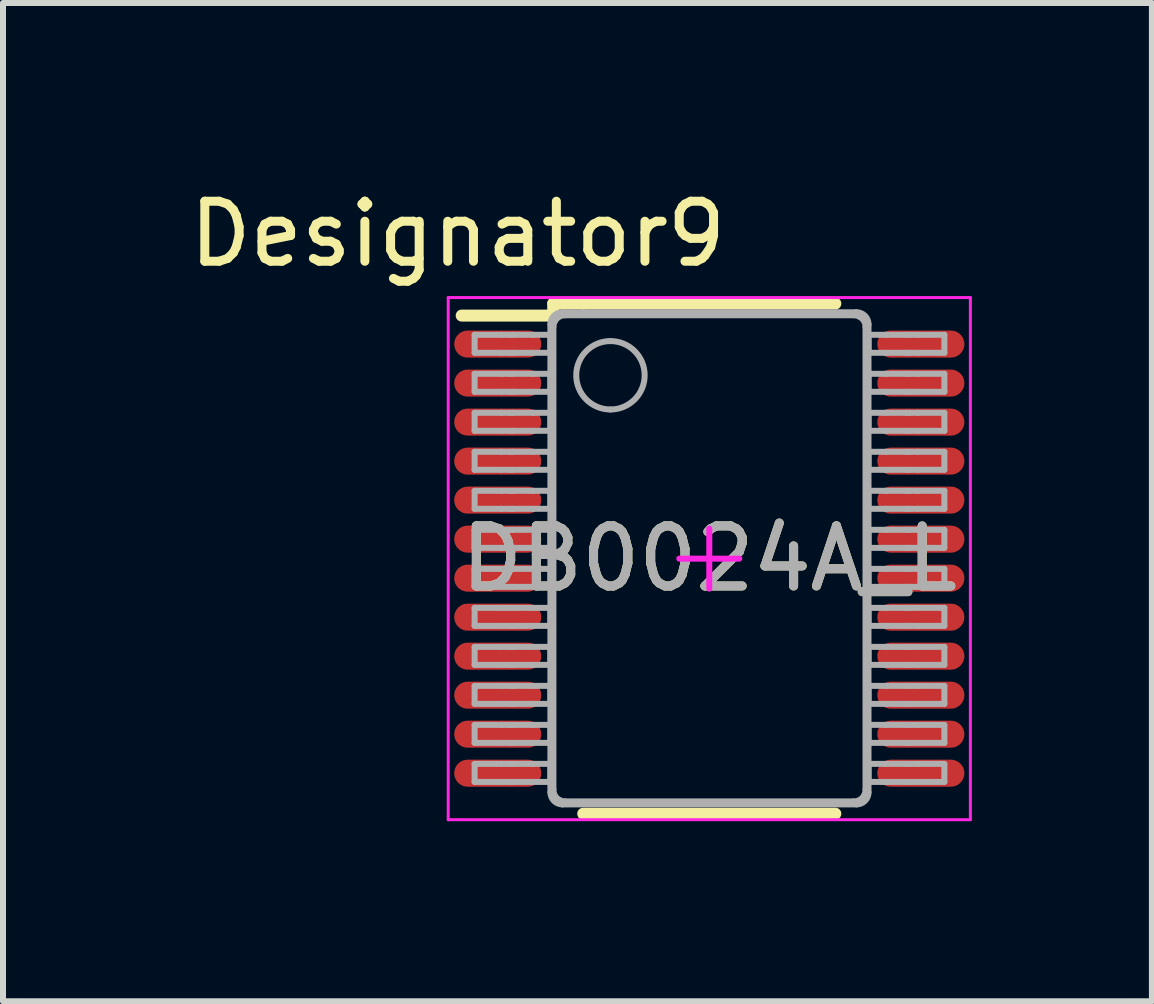
<source format=kicad_pcb>
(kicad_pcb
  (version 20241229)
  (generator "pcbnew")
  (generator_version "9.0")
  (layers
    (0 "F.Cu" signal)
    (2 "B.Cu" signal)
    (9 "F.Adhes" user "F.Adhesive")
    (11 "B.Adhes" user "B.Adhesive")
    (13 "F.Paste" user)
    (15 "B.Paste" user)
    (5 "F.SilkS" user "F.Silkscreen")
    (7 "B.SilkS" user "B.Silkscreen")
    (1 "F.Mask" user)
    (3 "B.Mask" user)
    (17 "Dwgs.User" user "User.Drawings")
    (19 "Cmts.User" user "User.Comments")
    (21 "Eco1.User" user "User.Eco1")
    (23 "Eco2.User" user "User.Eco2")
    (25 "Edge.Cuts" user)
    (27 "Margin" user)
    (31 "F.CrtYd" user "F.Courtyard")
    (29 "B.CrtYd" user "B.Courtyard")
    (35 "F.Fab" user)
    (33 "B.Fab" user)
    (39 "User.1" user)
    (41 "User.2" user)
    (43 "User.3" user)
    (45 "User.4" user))
  (footprint "DB0024A_L"
    (layer "F.Cu")
    (at 8.768 6.258)
    (property "Reference" "DB0024A_L" (at 0 0 0) (unlocked yes) (layer "F.SilkS") (effects (font (size 1 1) (thickness 0.15))))
    (attr smd)
    (fp_line (start -4.125 -4.05) (end -2.6 -4.05) (stroke (width 0.2) (type solid)) (layer "F.SilkS"))
    (fp_line (start -2.6 -4.25) (end -2.1 -4.25) (stroke (width 0.2) (type solid)) (layer "F.SilkS"))
    (fp_line (start -2.6 -4.05) (end -2.6 -4.25) (stroke (width 0.2) (type solid)) (layer "F.SilkS"))
    (fp_line (start -2.1 -4.25) (end 2.1 -4.25) (stroke (width 0.2) (type solid)) (layer "F.SilkS"))
    (fp_line (start -2.1 4.25) (end 2.1 4.25) (stroke (width 0.2) (type solid)) (layer "F.SilkS"))
    (fp_line (start -4.35 -4.35) (end 4.35 -4.35) (stroke (width 0.05) (type solid)) (layer "F.CrtYd"))
    (fp_line (start -4.35 4.35) (end -4.35 -4.35) (stroke (width 0.05) (type solid)) (layer "F.CrtYd"))
    (fp_line (start -4.35 4.35) (end 4.35 4.35) (stroke (width 0.05) (type solid)) (layer "F.CrtYd"))
    (fp_line (start -0.5 0) (end 0.5 0) (stroke (width 0.1) (type solid)) (layer "F.CrtYd"))
    (fp_line (start 0 0.5) (end 0 -0.5) (stroke (width 0.1) (type solid)) (layer "F.CrtYd"))
    (fp_line (start 4.35 4.35) (end 4.35 -4.35) (stroke (width 0.05) (type solid)) (layer "F.CrtYd"))
    (fp_line (start -3.91 -3.73) (end -3.464 -3.73) (stroke (width 0.1) (type solid)) (layer "F.Fab"))
    (fp_line (start -3.91 -3.43) (end -3.91 -3.73) (stroke (width 0.1) (type solid)) (layer "F.Fab"))
    (fp_line (start -3.91 -3.43) (end -3.464 -3.43) (stroke (width 0.1) (type solid)) (layer "F.Fab"))
    (fp_line (start -3.91 -3.08) (end -3.464 -3.08) (stroke (width 0.1) (type solid)) (layer "F.Fab"))
    (fp_line (start -3.91 -2.78) (end -3.91 -3.08) (stroke (width 0.1) (type solid)) (layer "F.Fab"))
    (fp_line (start -3.91 -2.78) (end -3.464 -2.78) (stroke (width 0.1) (type solid)) (layer "F.Fab"))
    (fp_line (start -3.91 -2.43) (end -3.464 -2.43) (stroke (width 0.1) (type solid)) (layer "F.Fab"))
    (fp_line (start -3.91 -2.13) (end -3.91 -2.43) (stroke (width 0.1) (type solid)) (layer "F.Fab"))
    (fp_line (start -3.91 -2.13) (end -3.464 -2.13) (stroke (width 0.1) (type solid)) (layer "F.Fab"))
    (fp_line (start -3.91 -1.78) (end -3.464 -1.78) (stroke (width 0.1) (type solid)) (layer "F.Fab"))
    (fp_line (start -3.91 -1.48) (end -3.91 -1.78) (stroke (width 0.1) (type solid)) (layer "F.Fab"))
    (fp_line (start -3.91 -1.48) (end -3.464 -1.48) (stroke (width 0.1) (type solid)) (layer "F.Fab"))
    (fp_line (start -3.91 -1.13) (end -3.464 -1.13) (stroke (width 0.1) (type solid)) (layer "F.Fab"))
    (fp_line (start -3.91 -0.83) (end -3.91 -1.13) (stroke (width 0.1) (type solid)) (layer "F.Fab"))
    (fp_line (start -3.91 -0.83) (end -3.464 -0.83) (stroke (width 0.1) (type solid)) (layer "F.Fab"))
    (fp_line (start -3.91 -0.48) (end -3.464 -0.48) (stroke (width 0.1) (type solid)) (layer "F.Fab"))
    (fp_line (start -3.91 -0.18) (end -3.91 -0.48) (stroke (width 0.1) (type solid)) (layer "F.Fab"))
    (fp_line (start -3.91 -0.18) (end -3.464 -0.18) (stroke (width 0.1) (type solid)) (layer "F.Fab"))
    (fp_line (start -3.91 0.17) (end -3.464 0.17) (stroke (width 0.1) (type solid)) (layer "F.Fab"))
    (fp_line (start -3.91 0.47) (end -3.91 0.17) (stroke (width 0.1) (type solid)) (layer "F.Fab"))
    (fp_line (start -3.91 0.47) (end -3.464 0.47) (stroke (width 0.1) (type solid)) (layer "F.Fab"))
    (fp_line (start -3.91 0.82) (end -3.464 0.82) (stroke (width 0.1) (type solid)) (layer "F.Fab"))
    (fp_line (start -3.91 1.12) (end -3.91 0.82) (stroke (width 0.1) (type solid)) (layer "F.Fab"))
    (fp_line (start -3.91 1.12) (end -3.464 1.12) (stroke (width 0.1) (type solid)) (layer "F.Fab"))
    (fp_line (start -3.91 1.47) (end -3.464 1.47) (stroke (width 0.1) (type solid)) (layer "F.Fab"))
    (fp_line (start -3.91 1.77) (end -3.91 1.47) (stroke (width 0.1) (type solid)) (layer "F.Fab"))
    (fp_line (start -3.91 1.77) (end -3.464 1.77) (stroke (width 0.1) (type solid)) (layer "F.Fab"))
    (fp_line (start -3.91 2.12) (end -3.464 2.12) (stroke (width 0.1) (type solid)) (layer "F.Fab"))
    (fp_line (start -3.91 2.42) (end -3.91 2.12) (stroke (width 0.1) (type solid)) (layer "F.Fab"))
    (fp_line (start -3.91 2.42) (end -3.464 2.42) (stroke (width 0.1) (type solid)) (layer "F.Fab"))
    (fp_line (start -3.91 2.77) (end -3.464 2.77) (stroke (width 0.1) (type solid)) (layer "F.Fab"))
    (fp_line (start -3.91 3.07) (end -3.91 2.77) (stroke (width 0.1) (type solid)) (layer "F.Fab"))
    (fp_line (start -3.91 3.07) (end -3.464 3.07) (stroke (width 0.1) (type solid)) (layer "F.Fab"))
    (fp_line (start -3.91 3.42) (end -3.464 3.42) (stroke (width 0.1) (type solid)) (layer "F.Fab"))
    (fp_line (start -3.91 3.72) (end -3.91 3.42) (stroke (width 0.1) (type solid)) (layer "F.Fab"))
    (fp_line (start -3.91 3.72) (end -3.464 3.72) (stroke (width 0.1) (type solid)) (layer "F.Fab"))
    (fp_line (start -3.464 -3.73) (end -3.326 -3.73) (stroke (width 0.1) (type solid)) (layer "F.Fab"))
    (fp_line (start -3.464 -3.43) (end -3.326 -3.43) (stroke (width 0.1) (type solid)) (layer "F.Fab"))
    (fp_line (start -3.464 -3.08) (end -3.326 -3.08) (stroke (width 0.1) (type solid)) (layer "F.Fab"))
    (fp_line (start -3.464 -2.78) (end -3.326 -2.78) (stroke (width 0.1) (type solid)) (layer "F.Fab"))
    (fp_line (start -3.464 -2.43) (end -3.326 -2.43) (stroke (width 0.1) (type solid)) (layer "F.Fab"))
    (fp_line (start -3.464 -2.13) (end -3.326 -2.13) (stroke (width 0.1) (type solid)) (layer "F.Fab"))
    (fp_line (start -3.464 -1.78) (end -3.326 -1.78) (stroke (width 0.1) (type solid)) (layer "F.Fab"))
    (fp_line (start -3.464 -1.48) (end -3.326 -1.48) (stroke (width 0.1) (type solid)) (layer "F.Fab"))
    (fp_line (start -3.464 -1.13) (end -3.326 -1.13) (stroke (width 0.1) (type solid)) (layer "F.Fab"))
    (fp_line (start -3.464 -0.83) (end -3.326 -0.83) (stroke (width 0.1) (type solid)) (layer "F.Fab"))
    (fp_line (start -3.464 -0.48) (end -3.326 -0.48) (stroke (width 0.1) (type solid)) (layer "F.Fab"))
    (fp_line (start -3.464 -0.18) (end -3.326 -0.18) (stroke (width 0.1) (type solid)) (layer "F.Fab"))
    (fp_line (start -3.464 0.17) (end -3.326 0.17) (stroke (width 0.1) (type solid)) (layer "F.Fab"))
    (fp_line (start -3.464 0.47) (end -3.326 0.47) (stroke (width 0.1) (type solid)) (layer "F.Fab"))
    (fp_line (start -3.464 0.82) (end -3.326 0.82) (stroke (width 0.1) (type solid)) (layer "F.Fab"))
    (fp_line (start -3.464 1.12) (end -3.326 1.12) (stroke (width 0.1) (type solid)) (layer "F.Fab"))
    (fp_line (start -3.464 1.47) (end -3.326 1.47) (stroke (width 0.1) (type solid)) (layer "F.Fab"))
    (fp_line (start -3.464 1.77) (end -3.326 1.77) (stroke (width 0.1) (type solid)) (layer "F.Fab"))
    (fp_line (start -3.464 2.12) (end -3.326 2.12) (stroke (width 0.1) (type solid)) (layer "F.Fab"))
    (fp_line (start -3.464 2.42) (end -3.326 2.42) (stroke (width 0.1) (type solid)) (layer "F.Fab"))
    (fp_line (start -3.464 2.77) (end -3.326 2.77) (stroke (width 0.1) (type solid)) (layer "F.Fab"))
    (fp_line (start -3.464 3.07) (end -3.326 3.07) (stroke (width 0.1) (type solid)) (layer "F.Fab"))
    (fp_line (start -3.464 3.42) (end -3.326 3.42) (stroke (width 0.1) (type solid)) (layer "F.Fab"))
    (fp_line (start -3.464 3.72) (end -3.326 3.72) (stroke (width 0.1) (type solid)) (layer "F.Fab"))
    (fp_line (start -3.326 -3.73) (end -3.272 -3.73) (stroke (width 0.1) (type solid)) (layer "F.Fab"))
    (fp_line (start -3.326 -3.43) (end -3.272 -3.43) (stroke (width 0.1) (type solid)) (layer "F.Fab"))
    (fp_line (start -3.326 -3.08) (end -3.272 -3.08) (stroke (width 0.1) (type solid)) (layer "F.Fab"))
    (fp_line (start -3.326 -2.78) (end -3.272 -2.78) (stroke (width 0.1) (type solid)) (layer "F.Fab"))
    (fp_line (start -3.326 -2.43) (end -3.272 -2.43) (stroke (width 0.1) (type solid)) (layer "F.Fab"))
    (fp_line (start -3.326 -2.13) (end -3.272 -2.13) (stroke (width 0.1) (type solid)) (layer "F.Fab"))
    (fp_line (start -3.326 -1.78) (end -3.272 -1.78) (stroke (width 0.1) (type solid)) (layer "F.Fab"))
    (fp_line (start -3.326 -1.48) (end -3.272 -1.48) (stroke (width 0.1) (type solid)) (layer "F.Fab"))
    (fp_line (start -3.326 -1.13) (end -3.272 -1.13) (stroke (width 0.1) (type solid)) (layer "F.Fab"))
    (fp_line (start -3.326 -0.83) (end -3.272 -0.83) (stroke (width 0.1) (type solid)) (layer "F.Fab"))
    (fp_line (start -3.326 -0.48) (end -3.272 -0.48) (stroke (width 0.1) (type solid)) (layer "F.Fab"))
    (fp_line (start -3.326 -0.18) (end -3.272 -0.18) (stroke (width 0.1) (type solid)) (layer "F.Fab"))
    (fp_line (start -3.326 0.17) (end -3.272 0.17) (stroke (width 0.1) (type solid)) (layer "F.Fab"))
    (fp_line (start -3.326 0.47) (end -3.272 0.47) (stroke (width 0.1) (type solid)) (layer "F.Fab"))
    (fp_line (start -3.326 0.82) (end -3.272 0.82) (stroke (width 0.1) (type solid)) (layer "F.Fab"))
    (fp_line (start -3.326 1.12) (end -3.272 1.12) (stroke (width 0.1) (type solid)) (layer "F.Fab"))
    (fp_line (start -3.326 1.47) (end -3.272 1.47) (stroke (width 0.1) (type solid)) (layer "F.Fab"))
    (fp_line (start -3.326 1.77) (end -3.272 1.77) (stroke (width 0.1) (type solid)) (layer "F.Fab"))
    (fp_line (start -3.326 2.12) (end -3.272 2.12) (stroke (width 0.1) (type solid)) (layer "F.Fab"))
    (fp_line (start -3.326 2.42) (end -3.272 2.42) (stroke (width 0.1) (type solid)) (layer "F.Fab"))
    (fp_line (start -3.326 2.77) (end -3.272 2.77) (stroke (width 0.1) (type solid)) (layer "F.Fab"))
    (fp_line (start -3.326 3.07) (end -3.272 3.07) (stroke (width 0.1) (type solid)) (layer "F.Fab"))
    (fp_line (start -3.326 3.42) (end -3.272 3.42) (stroke (width 0.1) (type solid)) (layer "F.Fab"))
    (fp_line (start -3.326 3.72) (end -3.272 3.72) (stroke (width 0.1) (type solid)) (layer "F.Fab"))
    (fp_line (start -3.272 -3.73) (end -2.934 -3.73) (stroke (width 0.1) (type solid)) (layer "F.Fab"))
    (fp_line (start -3.272 -3.43) (end -2.934 -3.43) (stroke (width 0.1) (type solid)) (layer "F.Fab"))
    (fp_line (start -3.272 -3.08) (end -2.934 -3.08) (stroke (width 0.1) (type solid)) (layer "F.Fab"))
    (fp_line (start -3.272 -2.78) (end -2.934 -2.78) (stroke (width 0.1) (type solid)) (layer "F.Fab"))
    (fp_line (start -3.272 -2.43) (end -2.934 -2.43) (stroke (width 0.1) (type solid)) (layer "F.Fab"))
    (fp_line (start -3.272 -2.13) (end -2.934 -2.13) (stroke (width 0.1) (type solid)) (layer "F.Fab"))
    (fp_line (start -3.272 -1.78) (end -2.934 -1.78) (stroke (width 0.1) (type solid)) (layer "F.Fab"))
    (fp_line (start -3.272 -1.48) (end -2.934 -1.48) (stroke (width 0.1) (type solid)) (layer "F.Fab"))
    (fp_line (start -3.272 -1.13) (end -2.934 -1.13) (stroke (width 0.1) (type solid)) (layer "F.Fab"))
    (fp_line (start -3.272 -0.83) (end -2.934 -0.83) (stroke (width 0.1) (type solid)) (layer "F.Fab"))
    (fp_line (start -3.272 -0.48) (end -2.934 -0.48) (stroke (width 0.1) (type solid)) (layer "F.Fab"))
    (fp_line (start -3.272 -0.18) (end -2.934 -0.18) (stroke (width 0.1) (type solid)) (layer "F.Fab"))
    (fp_line (start -3.272 0.17) (end -2.934 0.17) (stroke (width 0.1) (type solid)) (layer "F.Fab"))
    (fp_line (start -3.272 0.47) (end -2.934 0.47) (stroke (width 0.1) (type solid)) (layer "F.Fab"))
    (fp_line (start -3.272 0.82) (end -2.934 0.82) (stroke (width 0.1) (type solid)) (layer "F.Fab"))
    (fp_line (start -3.272 1.12) (end -2.934 1.12) (stroke (width 0.1) (type solid)) (layer "F.Fab"))
    (fp_line (start -3.272 1.47) (end -2.934 1.47) (stroke (width 0.1) (type solid)) (layer "F.Fab"))
    (fp_line (start -3.272 1.77) (end -2.934 1.77) (stroke (width 0.1) (type solid)) (layer "F.Fab"))
    (fp_line (start -3.272 2.12) (end -2.934 2.12) (stroke (width 0.1) (type solid)) (layer "F.Fab"))
    (fp_line (start -3.272 2.42) (end -2.934 2.42) (stroke (width 0.1) (type solid)) (layer "F.Fab"))
    (fp_line (start -3.272 2.77) (end -2.934 2.77) (stroke (width 0.1) (type solid)) (layer "F.Fab"))
    (fp_line (start -3.272 3.07) (end -2.934 3.07) (stroke (width 0.1) (type solid)) (layer "F.Fab"))
    (fp_line (start -3.272 3.42) (end -2.934 3.42) (stroke (width 0.1) (type solid)) (layer "F.Fab"))
    (fp_line (start -3.272 3.72) (end -2.934 3.72) (stroke (width 0.1) (type solid)) (layer "F.Fab"))
    (fp_line (start -2.934 -3.73) (end -2.647 -3.73) (stroke (width 0.1) (type solid)) (layer "F.Fab"))
    (fp_line (start -2.934 -3.43) (end -2.647 -3.43) (stroke (width 0.1) (type solid)) (layer "F.Fab"))
    (fp_line (start -2.934 -3.08) (end -2.647 -3.08) (stroke (width 0.1) (type solid)) (layer "F.Fab"))
    (fp_line (start -2.934 -2.78) (end -2.647 -2.78) (stroke (width 0.1) (type solid)) (layer "F.Fab"))
    (fp_line (start -2.934 -2.43) (end -2.647 -2.43) (stroke (width 0.1) (type solid)) (layer "F.Fab"))
    (fp_line (start -2.934 -2.13) (end -2.647 -2.13) (stroke (width 0.1) (type solid)) (layer "F.Fab"))
    (fp_line (start -2.934 -1.78) (end -2.647 -1.78) (stroke (width 0.1) (type solid)) (layer "F.Fab"))
    (fp_line (start -2.934 -1.48) (end -2.647 -1.48) (stroke (width 0.1) (type solid)) (layer "F.Fab"))
    (fp_line (start -2.934 -1.13) (end -2.647 -1.13) (stroke (width 0.1) (type solid)) (layer "F.Fab"))
    (fp_line (start -2.934 -0.83) (end -2.647 -0.83) (stroke (width 0.1) (type solid)) (layer "F.Fab"))
    (fp_line (start -2.934 -0.48) (end -2.647 -0.48) (stroke (width 0.1) (type solid)) (layer "F.Fab"))
    (fp_line (start -2.934 -0.18) (end -2.647 -0.18) (stroke (width 0.1) (type solid)) (layer "F.Fab"))
    (fp_line (start -2.934 0.17) (end -2.647 0.17) (stroke (width 0.1) (type solid)) (layer "F.Fab"))
    (fp_line (start -2.934 0.47) (end -2.647 0.47) (stroke (width 0.1) (type solid)) (layer "F.Fab"))
    (fp_line (start -2.934 0.82) (end -2.647 0.82) (stroke (width 0.1) (type solid)) (layer "F.Fab"))
    (fp_line (start -2.934 1.12) (end -2.647 1.12) (stroke (width 0.1) (type solid)) (layer "F.Fab"))
    (fp_line (start -2.934 1.47) (end -2.647 1.47) (stroke (width 0.1) (type solid)) (layer "F.Fab"))
    (fp_line (start -2.934 1.77) (end -2.647 1.77) (stroke (width 0.1) (type solid)) (layer "F.Fab"))
    (fp_line (start -2.934 2.12) (end -2.647 2.12) (stroke (width 0.1) (type solid)) (layer "F.Fab"))
    (fp_line (start -2.934 2.42) (end -2.647 2.42) (stroke (width 0.1) (type solid)) (layer "F.Fab"))
    (fp_line (start -2.934 2.77) (end -2.647 2.77) (stroke (width 0.1) (type solid)) (layer "F.Fab"))
    (fp_line (start -2.934 3.07) (end -2.647 3.07) (stroke (width 0.1) (type solid)) (layer "F.Fab"))
    (fp_line (start -2.934 3.42) (end -2.647 3.42) (stroke (width 0.1) (type solid)) (layer "F.Fab"))
    (fp_line (start -2.934 3.72) (end -2.647 3.72) (stroke (width 0.1) (type solid)) (layer "F.Fab"))
    (fp_line (start -2.647 -3.43) (end -2.647 -3.73) (stroke (width 0.1) (type solid)) (layer "F.Fab"))
    (fp_line (start -2.647 -2.78) (end -2.647 -3.08) (stroke (width 0.1) (type solid)) (layer "F.Fab"))
    (fp_line (start -2.647 -2.13) (end -2.647 -2.43) (stroke (width 0.1) (type solid)) (layer "F.Fab"))
    (fp_line (start -2.647 -1.48) (end -2.647 -1.78) (stroke (width 0.1) (type solid)) (layer "F.Fab"))
    (fp_line (start -2.647 -0.83) (end -2.647 -1.13) (stroke (width 0.1) (type solid)) (layer "F.Fab"))
    (fp_line (start -2.647 -0.18) (end -2.647 -0.48) (stroke (width 0.1) (type solid)) (layer "F.Fab"))
    (fp_line (start -2.647 0.47) (end -2.647 0.17) (stroke (width 0.1) (type solid)) (layer "F.Fab"))
    (fp_line (start -2.647 1.12) (end -2.647 0.82) (stroke (width 0.1) (type solid)) (layer "F.Fab"))
    (fp_line (start -2.647 1.77) (end -2.647 1.47) (stroke (width 0.1) (type solid)) (layer "F.Fab"))
    (fp_line (start -2.647 2.42) (end -2.647 2.12) (stroke (width 0.1) (type solid)) (layer "F.Fab"))
    (fp_line (start -2.647 3.07) (end -2.647 2.77) (stroke (width 0.1) (type solid)) (layer "F.Fab"))
    (fp_line (start -2.647 3.72) (end -2.647 3.42) (stroke (width 0.1) (type solid)) (layer "F.Fab"))
    (fp_line (start -2.647 3.895) (end -2.647 -3.905) (stroke (width 0.1) (type solid)) (layer "F.Fab"))
    (fp_line (start -2.597 3.849) (end -2.597 -3.859) (stroke (width 0.1) (type solid)) (layer "F.Fab"))
    (fp_line (start -2.447 -4.105) (end 2.453 -4.105) (stroke (width 0.1) (type solid)) (layer "F.Fab"))
    (fp_line (start -2.447 4.095) (end 2.453 4.095) (stroke (width 0.1) (type solid)) (layer "F.Fab"))
    (fp_line (start -2.401 -4.055) (end 2.408 -4.055) (stroke (width 0.1) (type solid)) (layer "F.Fab"))
    (fp_line (start -2.401 4.045) (end 2.408 4.045) (stroke (width 0.1) (type solid)) (layer "F.Fab"))
    (fp_line (start 2.603 3.849) (end 2.603 -3.859) (stroke (width 0.1) (type solid)) (layer "F.Fab"))
    (fp_line (start 2.653 -3.73) (end 2.941 -3.73) (stroke (width 0.1) (type solid)) (layer "F.Fab"))
    (fp_line (start 2.653 -3.43) (end 2.653 -3.73) (stroke (width 0.1) (type solid)) (layer "F.Fab"))
    (fp_line (start 2.653 -3.43) (end 2.941 -3.43) (stroke (width 0.1) (type solid)) (layer "F.Fab"))
    (fp_line (start 2.653 -3.08) (end 2.941 -3.08) (stroke (width 0.1) (type solid)) (layer "F.Fab"))
    (fp_line (start 2.653 -2.78) (end 2.653 -3.08) (stroke (width 0.1) (type solid)) (layer "F.Fab"))
    (fp_line (start 2.653 -2.78) (end 2.941 -2.78) (stroke (width 0.1) (type solid)) (layer "F.Fab"))
    (fp_line (start 2.653 -2.43) (end 2.941 -2.43) (stroke (width 0.1) (type solid)) (layer "F.Fab"))
    (fp_line (start 2.653 -2.13) (end 2.653 -2.43) (stroke (width 0.1) (type solid)) (layer "F.Fab"))
    (fp_line (start 2.653 -2.13) (end 2.941 -2.13) (stroke (width 0.1) (type solid)) (layer "F.Fab"))
    (fp_line (start 2.653 -1.78) (end 2.941 -1.78) (stroke (width 0.1) (type solid)) (layer "F.Fab"))
    (fp_line (start 2.653 -1.48) (end 2.653 -1.78) (stroke (width 0.1) (type solid)) (layer "F.Fab"))
    (fp_line (start 2.653 -1.48) (end 2.941 -1.48) (stroke (width 0.1) (type solid)) (layer "F.Fab"))
    (fp_line (start 2.653 -1.13) (end 2.941 -1.13) (stroke (width 0.1) (type solid)) (layer "F.Fab"))
    (fp_line (start 2.653 -0.83) (end 2.653 -1.13) (stroke (width 0.1) (type solid)) (layer "F.Fab"))
    (fp_line (start 2.653 -0.83) (end 2.941 -0.83) (stroke (width 0.1) (type solid)) (layer "F.Fab"))
    (fp_line (start 2.653 -0.48) (end 2.941 -0.48) (stroke (width 0.1) (type solid)) (layer "F.Fab"))
    (fp_line (start 2.653 -0.18) (end 2.653 -0.48) (stroke (width 0.1) (type solid)) (layer "F.Fab"))
    (fp_line (start 2.653 -0.18) (end 2.941 -0.18) (stroke (width 0.1) (type solid)) (layer "F.Fab"))
    (fp_line (start 2.653 0.17) (end 2.941 0.17) (stroke (width 0.1) (type solid)) (layer "F.Fab"))
    (fp_line (start 2.653 0.47) (end 2.653 0.17) (stroke (width 0.1) (type solid)) (layer "F.Fab"))
    (fp_line (start 2.653 0.47) (end 2.941 0.47) (stroke (width 0.1) (type solid)) (layer "F.Fab"))
    (fp_line (start 2.653 0.82) (end 2.941 0.82) (stroke (width 0.1) (type solid)) (layer "F.Fab"))
    (fp_line (start 2.653 1.12) (end 2.653 0.82) (stroke (width 0.1) (type solid)) (layer "F.Fab"))
    (fp_line (start 2.653 1.12) (end 2.941 1.12) (stroke (width 0.1) (type solid)) (layer "F.Fab"))
    (fp_line (start 2.653 1.47) (end 2.941 1.47) (stroke (width 0.1) (type solid)) (layer "F.Fab"))
    (fp_line (start 2.653 1.77) (end 2.653 1.47) (stroke (width 0.1) (type solid)) (layer "F.Fab"))
    (fp_line (start 2.653 1.77) (end 2.941 1.77) (stroke (width 0.1) (type solid)) (layer "F.Fab"))
    (fp_line (start 2.653 2.12) (end 2.941 2.12) (stroke (width 0.1) (type solid)) (layer "F.Fab"))
    (fp_line (start 2.653 2.42) (end 2.653 2.12) (stroke (width 0.1) (type solid)) (layer "F.Fab"))
    (fp_line (start 2.653 2.42) (end 2.941 2.42) (stroke (width 0.1) (type solid)) (layer "F.Fab"))
    (fp_line (start 2.653 2.77) (end 2.941 2.77) (stroke (width 0.1) (type solid)) (layer "F.Fab"))
    (fp_line (start 2.653 3.07) (end 2.653 2.77) (stroke (width 0.1) (type solid)) (layer "F.Fab"))
    (fp_line (start 2.653 3.07) (end 2.941 3.07) (stroke (width 0.1) (type solid)) (layer "F.Fab"))
    (fp_line (start 2.653 3.42) (end 2.941 3.42) (stroke (width 0.1) (type solid)) (layer "F.Fab"))
    (fp_line (start 2.653 3.72) (end 2.653 3.42) (stroke (width 0.1) (type solid)) (layer "F.Fab"))
    (fp_line (start 2.653 3.72) (end 2.941 3.72) (stroke (width 0.1) (type solid)) (layer "F.Fab"))
    (fp_line (start 2.653 3.895) (end 2.653 -3.905) (stroke (width 0.1) (type solid)) (layer "F.Fab"))
    (fp_line (start 2.941 -3.73) (end 3.278 -3.73) (stroke (width 0.1) (type solid)) (layer "F.Fab"))
    (fp_line (start 2.941 -3.43) (end 3.278 -3.43) (stroke (width 0.1) (type solid)) (layer "F.Fab"))
    (fp_line (start 2.941 -3.08) (end 3.278 -3.08) (stroke (width 0.1) (type solid)) (layer "F.Fab"))
    (fp_line (start 2.941 -2.78) (end 3.278 -2.78) (stroke (width 0.1) (type solid)) (layer "F.Fab"))
    (fp_line (start 2.941 -2.43) (end 3.278 -2.43) (stroke (width 0.1) (type solid)) (layer "F.Fab"))
    (fp_line (start 2.941 -2.13) (end 3.278 -2.13) (stroke (width 0.1) (type solid)) (layer "F.Fab"))
    (fp_line (start 2.941 -1.78) (end 3.278 -1.78) (stroke (width 0.1) (type solid)) (layer "F.Fab"))
    (fp_line (start 2.941 -1.48) (end 3.278 -1.48) (stroke (width 0.1) (type solid)) (layer "F.Fab"))
    (fp_line (start 2.941 -1.13) (end 3.278 -1.13) (stroke (width 0.1) (type solid)) (layer "F.Fab"))
    (fp_line (start 2.941 -0.83) (end 3.278 -0.83) (stroke (width 0.1) (type solid)) (layer "F.Fab"))
    (fp_line (start 2.941 -0.48) (end 3.278 -0.48) (stroke (width 0.1) (type solid)) (layer "F.Fab"))
    (fp_line (start 2.941 -0.18) (end 3.278 -0.18) (stroke (width 0.1) (type solid)) (layer "F.Fab"))
    (fp_line (start 2.941 0.17) (end 3.278 0.17) (stroke (width 0.1) (type solid)) (layer "F.Fab"))
    (fp_line (start 2.941 0.47) (end 3.278 0.47) (stroke (width 0.1) (type solid)) (layer "F.Fab"))
    (fp_line (start 2.941 0.82) (end 3.278 0.82) (stroke (width 0.1) (type solid)) (layer "F.Fab"))
    (fp_line (start 2.941 1.12) (end 3.278 1.12) (stroke (width 0.1) (type solid)) (layer "F.Fab"))
    (fp_line (start 2.941 1.47) (end 3.278 1.47) (stroke (width 0.1) (type solid)) (layer "F.Fab"))
    (fp_line (start 2.941 1.77) (end 3.278 1.77) (stroke (width 0.1) (type solid)) (layer "F.Fab"))
    (fp_line (start 2.941 2.12) (end 3.278 2.12) (stroke (width 0.1) (type solid)) (layer "F.Fab"))
    (fp_line (start 2.941 2.42) (end 3.278 2.42) (stroke (width 0.1) (type solid)) (layer "F.Fab"))
    (fp_line (start 2.941 2.77) (end 3.278 2.77) (stroke (width 0.1) (type solid)) (layer "F.Fab"))
    (fp_line (start 2.941 3.07) (end 3.278 3.07) (stroke (width 0.1) (type solid)) (layer "F.Fab"))
    (fp_line (start 2.941 3.42) (end 3.278 3.42) (stroke (width 0.1) (type solid)) (layer "F.Fab"))
    (fp_line (start 2.941 3.72) (end 3.278 3.72) (stroke (width 0.1) (type solid)) (layer "F.Fab"))
    (fp_line (start 3.278 -3.73) (end 3.332 -3.73) (stroke (width 0.1) (type solid)) (layer "F.Fab"))
    (fp_line (start 3.278 -3.43) (end 3.332 -3.43) (stroke (width 0.1) (type solid)) (layer "F.Fab"))
    (fp_line (start 3.278 -3.08) (end 3.332 -3.08) (stroke (width 0.1) (type solid)) (layer "F.Fab"))
    (fp_line (start 3.278 -2.78) (end 3.332 -2.78) (stroke (width 0.1) (type solid)) (layer "F.Fab"))
    (fp_line (start 3.278 -2.43) (end 3.332 -2.43) (stroke (width 0.1) (type solid)) (layer "F.Fab"))
    (fp_line (start 3.278 -2.13) (end 3.332 -2.13) (stroke (width 0.1) (type solid)) (layer "F.Fab"))
    (fp_line (start 3.278 -1.78) (end 3.332 -1.78) (stroke (width 0.1) (type solid)) (layer "F.Fab"))
    (fp_line (start 3.278 -1.48) (end 3.332 -1.48) (stroke (width 0.1) (type solid)) (layer "F.Fab"))
    (fp_line (start 3.278 -1.13) (end 3.332 -1.13) (stroke (width 0.1) (type solid)) (layer "F.Fab"))
    (fp_line (start 3.278 -0.83) (end 3.332 -0.83) (stroke (width 0.1) (type solid)) (layer "F.Fab"))
    (fp_line (start 3.278 -0.48) (end 3.332 -0.48) (stroke (width 0.1) (type solid)) (layer "F.Fab"))
    (fp_line (start 3.278 -0.18) (end 3.332 -0.18) (stroke (width 0.1) (type solid)) (layer "F.Fab"))
    (fp_line (start 3.278 0.17) (end 3.332 0.17) (stroke (width 0.1) (type solid)) (layer "F.Fab"))
    (fp_line (start 3.278 0.47) (end 3.332 0.47) (stroke (width 0.1) (type solid)) (layer "F.Fab"))
    (fp_line (start 3.278 0.82) (end 3.332 0.82) (stroke (width 0.1) (type solid)) (layer "F.Fab"))
    (fp_line (start 3.278 1.12) (end 3.332 1.12) (stroke (width 0.1) (type solid)) (layer "F.Fab"))
    (fp_line (start 3.278 1.47) (end 3.332 1.47) (stroke (width 0.1) (type solid)) (layer "F.Fab"))
    (fp_line (start 3.278 1.77) (end 3.332 1.77) (stroke (width 0.1) (type solid)) (layer "F.Fab"))
    (fp_line (start 3.278 2.12) (end 3.332 2.12) (stroke (width 0.1) (type solid)) (layer "F.Fab"))
    (fp_line (start 3.278 2.42) (end 3.332 2.42) (stroke (width 0.1) (type solid)) (layer "F.Fab"))
    (fp_line (start 3.278 2.77) (end 3.332 2.77) (stroke (width 0.1) (type solid)) (layer "F.Fab"))
    (fp_line (start 3.278 3.07) (end 3.332 3.07) (stroke (width 0.1) (type solid)) (layer "F.Fab"))
    (fp_line (start 3.278 3.42) (end 3.332 3.42) (stroke (width 0.1) (type solid)) (layer "F.Fab"))
    (fp_line (start 3.278 3.72) (end 3.332 3.72) (stroke (width 0.1) (type solid)) (layer "F.Fab"))
    (fp_line (start 3.332 -3.73) (end 3.471 -3.73) (stroke (width 0.1) (type solid)) (layer "F.Fab"))
    (fp_line (start 3.332 -3.43) (end 3.471 -3.43) (stroke (width 0.1) (type solid)) (layer "F.Fab"))
    (fp_line (start 3.332 -3.08) (end 3.471 -3.08) (stroke (width 0.1) (type solid)) (layer "F.Fab"))
    (fp_line (start 3.332 -2.78) (end 3.471 -2.78) (stroke (width 0.1) (type solid)) (layer "F.Fab"))
    (fp_line (start 3.332 -2.43) (end 3.471 -2.43) (stroke (width 0.1) (type solid)) (layer "F.Fab"))
    (fp_line (start 3.332 -2.13) (end 3.471 -2.13) (stroke (width 0.1) (type solid)) (layer "F.Fab"))
    (fp_line (start 3.332 -1.78) (end 3.471 -1.78) (stroke (width 0.1) (type solid)) (layer "F.Fab"))
    (fp_line (start 3.332 -1.48) (end 3.471 -1.48) (stroke (width 0.1) (type solid)) (layer "F.Fab"))
    (fp_line (start 3.332 -1.13) (end 3.471 -1.13) (stroke (width 0.1) (type solid)) (layer "F.Fab"))
    (fp_line (start 3.332 -0.83) (end 3.471 -0.83) (stroke (width 0.1) (type solid)) (layer "F.Fab"))
    (fp_line (start 3.332 -0.48) (end 3.471 -0.48) (stroke (width 0.1) (type solid)) (layer "F.Fab"))
    (fp_line (start 3.332 -0.18) (end 3.471 -0.18) (stroke (width 0.1) (type solid)) (layer "F.Fab"))
    (fp_line (start 3.332 0.17) (end 3.471 0.17) (stroke (width 0.1) (type solid)) (layer "F.Fab"))
    (fp_line (start 3.332 0.47) (end 3.471 0.47) (stroke (width 0.1) (type solid)) (layer "F.Fab"))
    (fp_line (start 3.332 0.82) (end 3.471 0.82) (stroke (width 0.1) (type solid)) (layer "F.Fab"))
    (fp_line (start 3.332 1.12) (end 3.471 1.12) (stroke (width 0.1) (type solid)) (layer "F.Fab"))
    (fp_line (start 3.332 1.47) (end 3.471 1.47) (stroke (width 0.1) (type solid)) (layer "F.Fab"))
    (fp_line (start 3.332 1.77) (end 3.471 1.77) (stroke (width 0.1) (type solid)) (layer "F.Fab"))
    (fp_line (start 3.332 2.12) (end 3.471 2.12) (stroke (width 0.1) (type solid)) (layer "F.Fab"))
    (fp_line (start 3.332 2.42) (end 3.471 2.42) (stroke (width 0.1) (type solid)) (layer "F.Fab"))
    (fp_line (start 3.332 2.77) (end 3.471 2.77) (stroke (width 0.1) (type solid)) (layer "F.Fab"))
    (fp_line (start 3.332 3.07) (end 3.471 3.07) (stroke (width 0.1) (type solid)) (layer "F.Fab"))
    (fp_line (start 3.332 3.42) (end 3.471 3.42) (stroke (width 0.1) (type solid)) (layer "F.Fab"))
    (fp_line (start 3.332 3.72) (end 3.471 3.72) (stroke (width 0.1) (type solid)) (layer "F.Fab"))
    (fp_line (start 3.471 -3.73) (end 3.917 -3.73) (stroke (width 0.1) (type solid)) (layer "F.Fab"))
    (fp_line (start 3.471 -3.43) (end 3.917 -3.43) (stroke (width 0.1) (type solid)) (layer "F.Fab"))
    (fp_line (start 3.471 -3.08) (end 3.917 -3.08) (stroke (width 0.1) (type solid)) (layer "F.Fab"))
    (fp_line (start 3.471 -2.78) (end 3.917 -2.78) (stroke (width 0.1) (type solid)) (layer "F.Fab"))
    (fp_line (start 3.471 -2.43) (end 3.917 -2.43) (stroke (width 0.1) (type solid)) (layer "F.Fab"))
    (fp_line (start 3.471 -2.13) (end 3.917 -2.13) (stroke (width 0.1) (type solid)) (layer "F.Fab"))
    (fp_line (start 3.471 -1.78) (end 3.917 -1.78) (stroke (width 0.1) (type solid)) (layer "F.Fab"))
    (fp_line (start 3.471 -1.48) (end 3.917 -1.48) (stroke (width 0.1) (type solid)) (layer "F.Fab"))
    (fp_line (start 3.471 -1.13) (end 3.917 -1.13) (stroke (width 0.1) (type solid)) (layer "F.Fab"))
    (fp_line (start 3.471 -0.83) (end 3.917 -0.83) (stroke (width 0.1) (type solid)) (layer "F.Fab"))
    (fp_line (start 3.471 -0.48) (end 3.917 -0.48) (stroke (width 0.1) (type solid)) (layer "F.Fab"))
    (fp_line (start 3.471 -0.18) (end 3.917 -0.18) (stroke (width 0.1) (type solid)) (layer "F.Fab"))
    (fp_line (start 3.471 0.17) (end 3.917 0.17) (stroke (width 0.1) (type solid)) (layer "F.Fab"))
    (fp_line (start 3.471 0.47) (end 3.917 0.47) (stroke (width 0.1) (type solid)) (layer "F.Fab"))
    (fp_line (start 3.471 0.82) (end 3.917 0.82) (stroke (width 0.1) (type solid)) (layer "F.Fab"))
    (fp_line (start 3.471 1.12) (end 3.917 1.12) (stroke (width 0.1) (type solid)) (layer "F.Fab"))
    (fp_line (start 3.471 1.47) (end 3.917 1.47) (stroke (width 0.1) (type solid)) (layer "F.Fab"))
    (fp_line (start 3.471 1.77) (end 3.917 1.77) (stroke (width 0.1) (type solid)) (layer "F.Fab"))
    (fp_line (start 3.471 2.12) (end 3.917 2.12) (stroke (width 0.1) (type solid)) (layer "F.Fab"))
    (fp_line (start 3.471 2.42) (end 3.917 2.42) (stroke (width 0.1) (type solid)) (layer "F.Fab"))
    (fp_line (start 3.471 2.77) (end 3.917 2.77) (stroke (width 0.1) (type solid)) (layer "F.Fab"))
    (fp_line (start 3.471 3.07) (end 3.917 3.07) (stroke (width 0.1) (type solid)) (layer "F.Fab"))
    (fp_line (start 3.471 3.42) (end 3.917 3.42) (stroke (width 0.1) (type solid)) (layer "F.Fab"))
    (fp_line (start 3.471 3.72) (end 3.917 3.72) (stroke (width 0.1) (type solid)) (layer "F.Fab"))
    (fp_line (start 3.917 -3.43) (end 3.917 -3.73) (stroke (width 0.1) (type solid)) (layer "F.Fab"))
    (fp_line (start 3.917 -2.78) (end 3.917 -3.08) (stroke (width 0.1) (type solid)) (layer "F.Fab"))
    (fp_line (start 3.917 -2.13) (end 3.917 -2.43) (stroke (width 0.1) (type solid)) (layer "F.Fab"))
    (fp_line (start 3.917 -1.48) (end 3.917 -1.78) (stroke (width 0.1) (type solid)) (layer "F.Fab"))
    (fp_line (start 3.917 -0.83) (end 3.917 -1.13) (stroke (width 0.1) (type solid)) (layer "F.Fab"))
    (fp_line (start 3.917 -0.18) (end 3.917 -0.48) (stroke (width 0.1) (type solid)) (layer "F.Fab"))
    (fp_line (start 3.917 0.47) (end 3.917 0.17) (stroke (width 0.1) (type solid)) (layer "F.Fab"))
    (fp_line (start 3.917 1.12) (end 3.917 0.82) (stroke (width 0.1) (type solid)) (layer "F.Fab"))
    (fp_line (start 3.917 1.77) (end 3.917 1.47) (stroke (width 0.1) (type solid)) (layer "F.Fab"))
    (fp_line (start 3.917 2.42) (end 3.917 2.12) (stroke (width 0.1) (type solid)) (layer "F.Fab"))
    (fp_line (start 3.917 3.07) (end 3.917 2.77) (stroke (width 0.1) (type solid)) (layer "F.Fab"))
    (fp_line (start 3.917 3.72) (end 3.917 3.42) (stroke (width 0.1) (type solid)) (layer "F.Fab"))
    (fp_arc (start -2.646746 -3.905001) (mid -2.588168 -4.046422) (end -2.446746 -4.105001) (stroke (width 0.1) (type solid)) (layer "F.Fab"))
    (fp_arc (start -2.596746 -3.859369) (mid -2.591434 -3.905402) (end -2.575603 -3.948952) (stroke (width 0.1) (type solid)) (layer "F.Fab"))
    (fp_arc (start -2.575602 -3.948953) (mid -2.503469 -4.026837) (end -2.401117 -4.055) (stroke (width 0.1) (type solid)) (layer "F.Fab"))
    (fp_arc (start -2.491219 4.023591) (mid -2.568735 3.951473) (end -2.596746 3.849369) (stroke (width 0.1) (type solid)) (layer "F.Fab"))
    (fp_arc (start -2.446746 4.094998) (mid -2.588168 4.03642) (end -2.646746 3.894999) (stroke (width 0.1) (type solid)) (layer "F.Fab"))
    (fp_arc (start -2.401119 4.045) (mid -2.447434 4.039619) (end -2.49122 4.023592) (stroke (width 0.1) (type solid)) (layer "F.Fab"))
    (fp_arc (start -1.646748 -3.624999) (mid -1.076749 -3.055) (end -1.646748 -2.485001) (stroke (width 0.1) (type solid)) (layer "F.Fab"))
    (fp_arc (start -1.646748 -2.485001) (mid -2.216747 -3.055) (end -1.646748 -3.624999) (stroke (width 0.1) (type solid)) (layer "F.Fab"))
    (fp_arc (start 2.407622 -4.055) (mid 2.453797 -4.049653) (end 2.497466 -4.033724) (stroke (width 0.1) (type solid)) (layer "F.Fab"))
    (fp_arc (start 2.453254 -4.105001) (mid 2.594675 -4.046422) (end 2.653254 -3.905001) (stroke (width 0.1) (type solid)) (layer "F.Fab"))
    (fp_arc (start 2.497468 -4.033726) (mid 2.575168 -3.9616) (end 2.603256 -3.859371) (stroke (width 0.1) (type solid)) (layer "F.Fab"))
    (fp_arc (start 2.581845 3.939473) (mid 2.509726 4.016988) (end 2.407623 4.045) (stroke (width 0.1) (type solid)) (layer "F.Fab"))
    (fp_arc (start 2.603253 3.84937) (mid 2.597872 3.895685) (end 2.581845 3.939472) (stroke (width 0.1) (type solid)) (layer "F.Fab"))
    (fp_arc (start 2.653254 3.894999) (mid 2.594675 4.03642) (end 2.453254 4.094998) (stroke (width 0.1) (type solid)) (layer "F.Fab"))
    (fp_text user "Designator9" (at -4.191 -5.41 0) (unlocked yes) (layer "F.SilkS") (effects (font (size 1 1) (thickness 0.15))))
    (fp_text user "${REFERENCE}" (at 0 0 0) (unlocked yes) (layer "F.Fab") (effects (font (size 1 1) (thickness 0.15))))
    (pad "1" smd oval (at -3.525 -3.575 90) (size 0.45 1.45) (layers "F.Cu" "F.Mask" "F.Paste"))
    (pad "2" smd oval (at -3.525 -2.925 90) (size 0.45 1.45) (layers "F.Cu" "F.Mask" "F.Paste"))
    (pad "3" smd oval (at -3.525 -2.275 90) (size 0.45 1.45) (layers "F.Cu" "F.Mask" "F.Paste"))
    (pad "4" smd oval (at -3.525 -1.625 90) (size 0.45 1.45) (layers "F.Cu" "F.Mask" "F.Paste"))
    (pad "5" smd oval (at -3.525 -0.975 90) (size 0.45 1.45) (layers "F.Cu" "F.Mask" "F.Paste"))
    (pad "6" smd oval (at -3.525 -0.325 90) (size 0.45 1.45) (layers "F.Cu" "F.Mask" "F.Paste"))
    (pad "7" smd oval (at -3.525 0.325 90) (size 0.45 1.45) (layers "F.Cu" "F.Mask" "F.Paste"))
    (pad "8" smd oval (at -3.525 0.975 90) (size 0.45 1.45) (layers "F.Cu" "F.Mask" "F.Paste"))
    (pad "9" smd oval (at -3.525 1.625 90) (size 0.45 1.45) (layers "F.Cu" "F.Mask" "F.Paste"))
    (pad "10" smd oval (at -3.525 2.275 90) (size 0.45 1.45) (layers "F.Cu" "F.Mask" "F.Paste"))
    (pad "11" smd oval (at -3.525 2.925 90) (size 0.45 1.45) (layers "F.Cu" "F.Mask" "F.Paste"))
    (pad "12" smd oval (at -3.525 3.575 90) (size 0.45 1.45) (layers "F.Cu" "F.Mask" "F.Paste"))
    (pad "13" smd oval (at 3.525 3.575 90) (size 0.45 1.45) (layers "F.Cu" "F.Mask" "F.Paste"))
    (pad "14" smd oval (at 3.525 2.925 90) (size 0.45 1.45) (layers "F.Cu" "F.Mask" "F.Paste"))
    (pad "15" smd oval (at 3.525 2.275 90) (size 0.45 1.45) (layers "F.Cu" "F.Mask" "F.Paste"))
    (pad "16" smd oval (at 3.525 1.625 90) (size 0.45 1.45) (layers "F.Cu" "F.Mask" "F.Paste"))
    (pad "17" smd oval (at 3.525 0.975 90) (size 0.45 1.45) (layers "F.Cu" "F.Mask" "F.Paste"))
    (pad "18" smd oval (at 3.525 0.325 90) (size 0.45 1.45) (layers "F.Cu" "F.Mask" "F.Paste"))
    (pad "19" smd oval (at 3.525 -0.325 90) (size 0.45 1.45) (layers "F.Cu" "F.Mask" "F.Paste"))
    (pad "20" smd oval (at 3.525 -0.975 90) (size 0.45 1.45) (layers "F.Cu" "F.Mask" "F.Paste"))
    (pad "21" smd oval (at 3.525 -1.625 90) (size 0.45 1.45) (layers "F.Cu" "F.Mask" "F.Paste"))
    (pad "22" smd oval (at 3.525 -2.275 90) (size 0.45 1.45) (layers "F.Cu" "F.Mask" "F.Paste"))
    (pad "23" smd oval (at 3.525 -2.925 90) (size 0.45 1.45) (layers "F.Cu" "F.Mask" "F.Paste"))
    (pad "24" smd oval (at 3.525 -3.575 90) (size 0.45 1.45) (layers "F.Cu" "F.Mask" "F.Paste")))
  (gr_rect
    (start -3 -3)
    (end 16.143 13.633)
    (stroke (width 0.1) (type default))
    (fill no)
    (layer "Edge.Cuts")))
</source>
